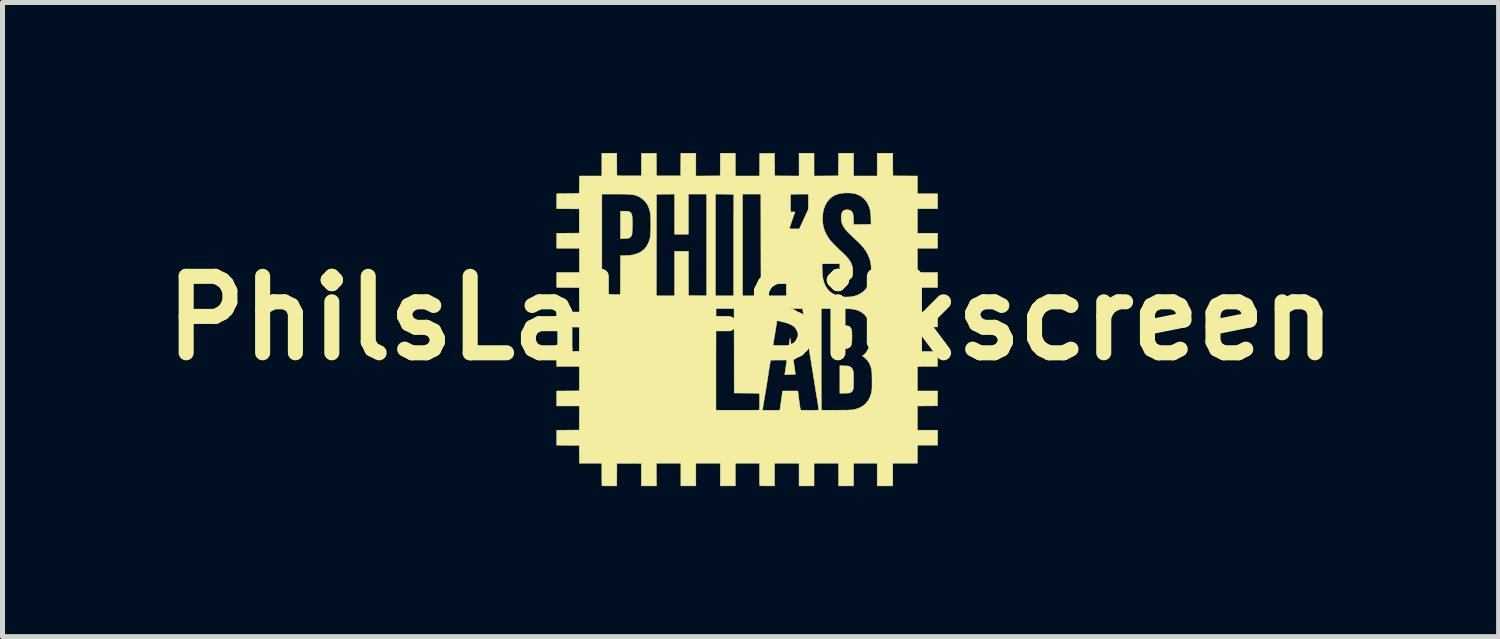
<source format=kicad_pcb>
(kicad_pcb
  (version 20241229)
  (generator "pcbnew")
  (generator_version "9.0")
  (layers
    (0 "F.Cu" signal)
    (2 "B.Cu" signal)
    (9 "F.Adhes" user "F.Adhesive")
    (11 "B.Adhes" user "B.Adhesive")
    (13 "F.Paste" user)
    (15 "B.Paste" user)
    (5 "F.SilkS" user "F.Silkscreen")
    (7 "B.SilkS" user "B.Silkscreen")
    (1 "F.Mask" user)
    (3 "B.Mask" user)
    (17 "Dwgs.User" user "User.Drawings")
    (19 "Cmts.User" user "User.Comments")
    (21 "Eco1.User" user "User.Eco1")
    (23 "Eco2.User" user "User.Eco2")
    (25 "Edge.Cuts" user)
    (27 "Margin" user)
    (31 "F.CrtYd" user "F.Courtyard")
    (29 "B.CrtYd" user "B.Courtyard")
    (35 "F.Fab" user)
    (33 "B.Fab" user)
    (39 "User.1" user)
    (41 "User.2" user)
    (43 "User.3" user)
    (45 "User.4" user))
  (footprint "PhilsLab-Silkscreen"
    (layer "F.Cu")
    (at 11.909 3.292)
    (property "Reference" "PhilsLab-Silkscreen" (at 0 0 0) (layer "F.SilkS") (effects (font (size 1.524 1.524) (thickness 0.3))))
    (attr through_hole)
    (fp_poly (pts (xy 1.866 0.15) (xy 1.906 0.151) (xy 1.936 0.154) (xy 1.957 0.159) (xy 1.973 0.167) (xy 1.985 0.179) (xy 1.996 0.196) (xy 2.003 0.208) (xy 2.008 0.22) (xy 2.013 0.231) (xy 2.015 0.244) (xy 2.017 0.261) (xy 2.019 0.283) (xy 2.02 0.314) (xy 2.021 0.355) (xy 2.021 0.413) (xy 2.019 0.46) (xy 2.016 0.497) (xy 2.009 0.527) (xy 2 0.55) (xy 1.987 0.568) (xy 1.97 0.581) (xy 1.953 0.591) (xy 1.938 0.597) (xy 1.921 0.601) (xy 1.9 0.604) (xy 1.871 0.606) (xy 1.853 0.607) (xy 1.78 0.609) (xy 1.78 0.148) (xy 1.866 0.15)) (stroke (width 0.01) (type solid)) (fill yes) (layer "F.SilkS"))
    (fp_poly (pts (xy -2.477 -2.132) (xy -2.447 -2.13) (xy -2.424 -2.125) (xy -2.407 -2.116) (xy -2.393 -2.104) (xy -2.386 -2.097) (xy -2.378 -2.085) (xy -2.371 -2.072) (xy -2.366 -2.055) (xy -2.362 -2.034) (xy -2.359 -2.007) (xy -2.358 -1.973) (xy -2.357 -1.93) (xy -2.357 -1.876) (xy -2.357 -1.842) (xy -2.358 -1.791) (xy -2.359 -1.752) (xy -2.36 -1.721) (xy -2.361 -1.698) (xy -2.362 -1.682) (xy -2.364 -1.669) (xy -2.367 -1.66) (xy -2.371 -1.652) (xy -2.375 -1.644) (xy -2.388 -1.624) (xy -2.401 -1.61) (xy -2.419 -1.6) (xy -2.443 -1.594) (xy -2.474 -1.59) (xy -2.513 -1.589) (xy -2.592 -1.586) (xy -2.592 -2.133) (xy -2.517 -2.133) (xy -2.477 -2.132)) (stroke (width 0.01) (type solid)) (fill yes) (layer "F.SilkS"))
    (fp_poly (pts (xy 1.868 0.95) (xy 1.903 0.951) (xy 1.929 0.952) (xy 1.947 0.954) (xy 1.961 0.957) (xy 1.972 0.962) (xy 1.985 0.969) (xy 1.987 0.97) (xy 2.007 0.984) (xy 2.021 1) (xy 2.033 1.022) (xy 2.038 1.033) (xy 2.042 1.043) (xy 2.045 1.053) (xy 2.047 1.066) (xy 2.048 1.084) (xy 2.049 1.107) (xy 2.05 1.137) (xy 2.051 1.177) (xy 2.051 1.225) (xy 2.051 1.282) (xy 2.051 1.329) (xy 2.05 1.366) (xy 2.048 1.395) (xy 2.044 1.418) (xy 2.038 1.435) (xy 2.031 1.448) (xy 2.021 1.459) (xy 2.009 1.469) (xy 2.004 1.473) (xy 1.994 1.48) (xy 1.984 1.485) (xy 1.974 1.488) (xy 1.96 1.49) (xy 1.94 1.492) (xy 1.912 1.493) (xy 1.878 1.494) (xy 1.78 1.496) (xy 1.78 0.947) (xy 1.868 0.95)) (stroke (width 0.01) (type solid)) (fill yes) (layer "F.SilkS"))
    (fp_poly (pts (xy 0.79 0.409) (xy 0.793 0.425) (xy 0.797 0.45) (xy 0.802 0.482) (xy 0.808 0.518) (xy 0.808 0.522) (xy 0.813 0.557) (xy 0.82 0.602) (xy 0.827 0.655) (xy 0.835 0.712) (xy 0.844 0.772) (xy 0.853 0.832) (xy 0.859 0.874) (xy 0.867 0.927) (xy 0.874 0.976) (xy 0.88 1.019) (xy 0.885 1.056) (xy 0.889 1.085) (xy 0.892 1.105) (xy 0.893 1.114) (xy 0.893 1.115) (xy 0.89 1.118) (xy 0.88 1.12) (xy 0.862 1.121) (xy 0.834 1.122) (xy 0.795 1.122) (xy 0.787 1.122) (xy 0.681 1.122) (xy 0.684 1.108) (xy 0.685 1.1) (xy 0.688 1.08) (xy 0.693 1.05) (xy 0.698 1.012) (xy 0.705 0.966) (xy 0.712 0.913) (xy 0.721 0.855) (xy 0.729 0.793) (xy 0.736 0.749) (xy 0.745 0.685) (xy 0.753 0.625) (xy 0.761 0.57) (xy 0.769 0.521) (xy 0.775 0.479) (xy 0.78 0.445) (xy 0.784 0.42) (xy 0.787 0.406) (xy 0.788 0.403) (xy 0.79 0.409)) (stroke (width 0.01) (type solid)) (fill yes) (layer "F.SilkS"))
    (fp_poly (pts (xy 0.479 -3.062) (xy 0.481 -2.837) (xy 0.967 -2.834) (xy 0.967 -3.287) (xy 1.265 -3.287) (xy 1.265 -2.834) (xy 1.752 -2.837) (xy 1.753 -3.062) (xy 1.755 -3.287) (xy 2.053 -3.287) (xy 2.053 -2.834) (xy 2.524 -2.834) (xy 2.524 -3.287) (xy 2.834 -3.287) (xy 2.835 -3.062) (xy 2.837 -2.837) (xy 3.324 -2.834) (xy 3.324 -2.48) (xy 3.727 -2.48) (xy 3.727 -2.183) (xy 3.324 -2.183) (xy 3.324 -1.693) (xy 3.727 -1.693) (xy 3.727 -1.395) (xy 3.324 -1.395) (xy 3.324 -0.912) (xy 3.727 -0.912) (xy 3.727 -0.614) (xy 3.324 -0.614) (xy 3.324 -0.124) (xy 3.727 -0.124) (xy 3.727 0.174) (xy 3.324 0.174) (xy 3.324 0.664) (xy 3.727 0.664) (xy 3.725 0.811) (xy 3.724 0.958) (xy 3.324 0.961) (xy 3.324 1.451) (xy 3.727 1.451) (xy 3.725 1.598) (xy 3.724 1.746) (xy 3.324 1.749) (xy 3.324 2.232) (xy 3.727 2.232) (xy 3.727 2.53) (xy 3.324 2.53) (xy 3.324 2.89) (xy 2.834 2.89) (xy 2.834 3.342) (xy 2.524 3.342) (xy 2.524 2.89) (xy 2.053 2.89) (xy 2.053 3.342) (xy 1.755 3.342) (xy 1.755 2.89) (xy 1.265 2.89) (xy 1.265 3.342) (xy 0.967 3.342) (xy 0.967 2.89) (xy 0.477 2.89) (xy 0.477 3.342) (xy 0.332 3.342) (xy 0.286 3.342) (xy 0.25 3.342) (xy 0.224 3.341) (xy 0.206 3.34) (xy 0.194 3.339) (xy 0.188 3.337) (xy 0.184 3.334) (xy 0.183 3.332) (xy 0.182 3.323) (xy 0.182 3.304) (xy 0.181 3.275) (xy 0.18 3.239) (xy 0.18 3.196) (xy 0.18 3.149) (xy 0.18 3.12) (xy 0.18 3.07) (xy 0.18 3.024) (xy 0.18 2.984) (xy 0.18 2.949) (xy 0.18 2.924) (xy 0.18 2.908) (xy 0.18 2.904) (xy 0.18 2.89) (xy -0.304 2.89) (xy -0.304 3.342) (xy -0.602 3.342) (xy -0.602 2.89) (xy -1.091 2.89) (xy -1.091 3.342) (xy -1.389 3.342) (xy -1.389 2.89) (xy -1.879 2.89) (xy -1.878 3.116) (xy -1.876 3.342) (xy -2.026 3.342) (xy -2.176 3.342) (xy -2.176 3.118) (xy -2.176 2.893) (xy -2.42 2.891) (xy -2.482 2.891) (xy -2.532 2.891) (xy -2.572 2.891) (xy -2.604 2.891) (xy -2.627 2.891) (xy -2.643 2.892) (xy -2.654 2.893) (xy -2.661 2.895) (xy -2.664 2.897) (xy -2.665 2.9) (xy -2.665 2.901) (xy -2.665 2.909) (xy -2.665 2.929) (xy -2.665 2.958) (xy -2.665 2.994) (xy -2.665 3.037) (xy -2.665 3.085) (xy -2.666 3.127) (xy -2.667 3.342) (xy -2.811 3.342) (xy -2.852 3.342) (xy -2.889 3.342) (xy -2.92 3.341) (xy -2.944 3.34) (xy -2.957 3.339) (xy -2.96 3.338) (xy -2.961 3.331) (xy -2.962 3.313) (xy -2.963 3.286) (xy -2.963 3.25) (xy -2.964 3.208) (xy -2.964 3.16) (xy -2.964 3.112) (xy -2.964 2.89) (xy -3.41 2.89) (xy -3.412 2.711) (xy -3.414 2.533) (xy -3.639 2.532) (xy -3.863 2.53) (xy -3.863 2.233) (xy -3.639 2.231) (xy -3.414 2.229) (xy -3.412 1.989) (xy -3.411 1.836) (xy 0.235 1.836) (xy 0.582 1.836) (xy 0.586 1.815) (xy 0.588 1.804) (xy 0.591 1.782) (xy 0.596 1.751) (xy 0.601 1.715) (xy 0.607 1.674) (xy 0.611 1.646) (xy 0.617 1.603) (xy 0.623 1.563) (xy 0.628 1.528) (xy 0.632 1.5) (xy 0.635 1.481) (xy 0.636 1.474) (xy 0.64 1.451) (xy 0.941 1.451) (xy 0.948 1.496) (xy 0.953 1.53) (xy 0.957 1.562) (xy 0.961 1.589) (xy 0.962 1.609) (xy 0.962 1.612) (xy 0.963 1.622) (xy 0.966 1.641) (xy 0.97 1.668) (xy 0.974 1.698) (xy 0.979 1.73) (xy 0.984 1.762) (xy 0.988 1.79) (xy 0.992 1.812) (xy 0.995 1.825) (xy 0.995 1.828) (xy 0.999 1.83) (xy 1.009 1.832) (xy 1.026 1.833) (xy 1.052 1.834) (xy 1.087 1.835) (xy 1.132 1.835) (xy 1.178 1.836) (xy 1.224 1.835) (xy 1.265 1.835) (xy 1.301 1.834) (xy 1.33 1.833) (xy 1.35 1.832) (xy 1.36 1.831) (xy 1.36 1.831) (xy 1.36 1.824) (xy 1.358 1.806) (xy 1.354 1.779) (xy 1.349 1.745) (xy 1.343 1.704) (xy 1.335 1.659) (xy 1.333 1.644) (xy 1.323 1.585) (xy 1.312 1.519) (xy 1.301 1.448) (xy 1.29 1.379) (xy 1.28 1.314) (xy 1.274 1.278) (xy 1.268 1.24) (xy 1.26 1.192) (xy 1.251 1.134) (xy 1.241 1.069) (xy 1.229 0.998) (xy 1.217 0.922) (xy 1.204 0.844) (xy 1.2 0.818) (xy 1.408 0.818) (xy 1.408 0.928) (xy 1.408 1.036) (xy 1.408 1.14) (xy 1.408 1.239) (xy 1.408 1.332) (xy 1.409 1.42) (xy 1.409 1.501) (xy 1.409 1.575) (xy 1.41 1.64) (xy 1.41 1.698) (xy 1.41 1.746) (xy 1.411 1.784) (xy 1.411 1.811) (xy 1.412 1.827) (xy 1.412 1.832) (xy 1.419 1.833) (xy 1.437 1.834) (xy 1.466 1.834) (xy 1.502 1.834) (xy 1.547 1.835) (xy 1.598 1.835) (xy 1.654 1.834) (xy 1.713 1.834) (xy 1.721 1.834) (xy 1.793 1.833) (xy 1.854 1.832) (xy 1.905 1.832) (xy 1.947 1.831) (xy 1.981 1.829) (xy 2.008 1.828) (xy 2.029 1.827) (xy 2.046 1.825) (xy 2.06 1.823) (xy 2.068 1.821) (xy 2.143 1.798) (xy 2.209 1.768) (xy 2.266 1.73) (xy 2.313 1.684) (xy 2.353 1.629) (xy 2.384 1.564) (xy 2.405 1.501) (xy 2.409 1.484) (xy 2.413 1.468) (xy 2.416 1.452) (xy 2.418 1.435) (xy 2.419 1.414) (xy 2.42 1.388) (xy 2.421 1.355) (xy 2.421 1.313) (xy 2.421 1.261) (xy 2.421 1.259) (xy 2.421 1.196) (xy 2.42 1.144) (xy 2.419 1.1) (xy 2.416 1.064) (xy 2.412 1.033) (xy 2.407 1.005) (xy 2.4 0.979) (xy 2.392 0.953) (xy 2.387 0.94) (xy 2.368 0.899) (xy 2.343 0.859) (xy 2.314 0.822) (xy 2.283 0.791) (xy 2.253 0.768) (xy 2.249 0.766) (xy 2.228 0.755) (xy 2.259 0.729) (xy 2.298 0.69) (xy 2.331 0.641) (xy 2.358 0.584) (xy 2.377 0.521) (xy 2.379 0.512) (xy 2.386 0.464) (xy 2.391 0.409) (xy 2.392 0.348) (xy 2.392 0.286) (xy 2.388 0.225) (xy 2.382 0.169) (xy 2.374 0.121) (xy 2.371 0.109) (xy 2.349 0.043) (xy 2.317 -0.016) (xy 2.277 -0.066) (xy 2.229 -0.108) (xy 2.182 -0.136) (xy 2.157 -0.148) (xy 2.133 -0.158) (xy 2.109 -0.166) (xy 2.084 -0.173) (xy 2.057 -0.179) (xy 2.025 -0.183) (xy 1.989 -0.186) (xy 1.946 -0.189) (xy 1.896 -0.19) (xy 1.838 -0.191) (xy 1.769 -0.192) (xy 1.689 -0.192) (xy 1.688 -0.192) (xy 1.408 -0.192) (xy 1.408 0.818) (xy 1.2 0.818) (xy 1.191 0.764) (xy 1.178 0.684) (xy 1.172 0.648) (xy 1.159 0.573) (xy 1.147 0.501) (xy 1.136 0.432) (xy 1.125 0.367) (xy 1.115 0.308) (xy 1.107 0.256) (xy 1.1 0.212) (xy 1.094 0.176) (xy 1.09 0.151) (xy 1.088 0.14) (xy 1.08 0.089) (xy 1.072 0.037) (xy 1.065 -0.012) (xy 1.057 -0.059) (xy 1.051 -0.1) (xy 1.045 -0.135) (xy 1.041 -0.161) (xy 1.038 -0.175) (xy 1.035 -0.192) (xy 0.57 -0.192) (xy 0.565 -0.178) (xy 0.562 -0.165) (xy 0.558 -0.144) (xy 0.556 -0.127) (xy 0.554 -0.116) (xy 0.551 -0.093) (xy 0.545 -0.06) (xy 0.539 -0.017) (xy 0.53 0.034) (xy 0.521 0.093) (xy 0.51 0.159) (xy 0.498 0.231) (xy 0.486 0.307) (xy 0.472 0.388) (xy 0.458 0.473) (xy 0.453 0.505) (xy 0.439 0.59) (xy 0.425 0.672) (xy 0.412 0.75) (xy 0.4 0.823) (xy 0.389 0.89) (xy 0.379 0.95) (xy 0.371 1.003) (xy 0.363 1.048) (xy 0.358 1.083) (xy 0.354 1.109) (xy 0.351 1.123) (xy 0.351 1.126) (xy 0.349 1.144) (xy 0.345 1.17) (xy 0.341 1.196) (xy 0.339 1.211) (xy 0.335 1.237) (xy 0.329 1.271) (xy 0.323 1.312) (xy 0.315 1.359) (xy 0.307 1.41) (xy 0.298 1.463) (xy 0.289 1.518) (xy 0.28 1.573) (xy 0.271 1.625) (xy 0.263 1.675) (xy 0.255 1.719) (xy 0.249 1.757) (xy 0.244 1.788) (xy 0.24 1.809) (xy 0.238 1.818) (xy 0.235 1.836) (xy -3.411 1.836) (xy -3.41 1.749) (xy -3.863 1.749) (xy -3.863 1.451) (xy -3.639 1.45) (xy -3.414 1.448) (xy -3.413 1.402) (xy -0.69 1.402) (xy -0.69 1.483) (xy -0.69 1.557) (xy -0.69 1.623) (xy -0.69 1.681) (xy -0.69 1.729) (xy -0.69 1.767) (xy -0.69 1.795) (xy -0.689 1.811) (xy -0.689 1.815) (xy -0.687 1.835) (xy -0.257 1.835) (xy -0.162 1.835) (xy -0.079 1.835) (xy -0.009 1.835) (xy 0.05 1.834) (xy 0.098 1.834) (xy 0.134 1.833) (xy 0.159 1.832) (xy 0.173 1.83) (xy 0.177 1.829) (xy 0.178 1.821) (xy 0.179 1.801) (xy 0.18 1.769) (xy 0.18 1.725) (xy 0.18 1.671) (xy 0.18 1.606) (xy 0.18 1.531) (xy 0.18 1.505) (xy 0.179 1.503) (xy 0.176 1.501) (xy 0.17 1.499) (xy 0.16 1.497) (xy 0.144 1.496) (xy 0.122 1.495) (xy 0.092 1.495) (xy 0.053 1.494) (xy 0.005 1.494) (xy -0.055 1.493) (xy -0.073 1.493) (xy -0.326 1.491) (xy -0.327 0.65) (xy -0.329 -0.192) (xy -0.688 -0.192) (xy -0.69 0.802) (xy -0.69 0.912) (xy -0.69 1.019) (xy -0.69 1.122) (xy -0.69 1.221) (xy -0.69 1.315) (xy -0.69 1.402) (xy -3.413 1.402) (xy -3.411 0.961) (xy -3.863 0.961) (xy -3.863 0.664) (xy -3.639 0.662) (xy -3.414 0.66) (xy -3.414 0.177) (xy -3.639 0.175) (xy -3.863 0.173) (xy -3.863 -0.124) (xy -3.411 -0.124) (xy -3.413 -0.446) (xy -2.964 -0.446) (xy -2.943 -0.446) (xy -1.879 -0.446) (xy -1.513 -0.446) (xy -1.513 -1.333) (xy -1.24 -1.333) (xy -1.239 -0.891) (xy -1.237 -0.45) (xy -1.056 -0.448) (xy -0.874 -0.446) (xy -0.874 -0.446) (xy -0.701 -0.446) (xy -0.335 -0.446) (xy -0.335 -1.454) (xy -0.335 -1.565) (xy -0.335 -1.673) (xy -0.335 -1.776) (xy -0.335 -1.875) (xy -0.335 -1.968) (xy -0.335 -2.056) (xy -0.334 -2.137) (xy -0.334 -2.21) (xy -0.334 -2.276) (xy -0.334 -2.333) (xy -0.334 -2.381) (xy -0.334 -2.419) (xy -0.334 -2.446) (xy -0.333 -2.462) (xy -0.333 -2.467) (xy -0.339 -2.468) (xy -0.355 -2.469) (xy -0.381 -2.47) (xy -0.415 -2.471) (xy -0.455 -2.472) (xy -0.5 -2.473) (xy -0.516 -2.473) (xy -0.68 -2.474) (xy -0.161 -2.474) (xy -0.161 -0.446) (xy 0.713 -0.446) (xy 0.713 -0.787) (xy 0.46 -0.789) (xy 0.208 -0.791) (xy 0.207 -1.085) (xy 1.426 -1.085) (xy 1.426 -1.002) (xy 1.429 -0.915) (xy 1.435 -0.837) (xy 1.447 -0.769) (xy 1.465 -0.708) (xy 1.488 -0.653) (xy 1.517 -0.602) (xy 1.533 -0.581) (xy 1.572 -0.537) (xy 1.622 -0.499) (xy 1.678 -0.467) (xy 1.74 -0.443) (xy 1.803 -0.428) (xy 1.839 -0.424) (xy 1.884 -0.422) (xy 1.933 -0.423) (xy 1.981 -0.425) (xy 2.024 -0.43) (xy 2.046 -0.434) (xy 2.118 -0.454) (xy 2.183 -0.485) (xy 2.241 -0.524) (xy 2.29 -0.572) (xy 2.331 -0.629) (xy 2.346 -0.657) (xy 2.365 -0.698) (xy 2.379 -0.735) (xy 2.389 -0.772) (xy 2.396 -0.812) (xy 2.401 -0.857) (xy 2.404 -0.912) (xy 2.404 -0.924) (xy 2.405 -0.985) (xy 2.403 -1.038) (xy 2.398 -1.085) (xy 2.39 -1.129) (xy 2.377 -1.174) (xy 2.374 -1.184) (xy 2.345 -1.257) (xy 2.305 -1.33) (xy 2.256 -1.401) (xy 2.199 -1.467) (xy 2.163 -1.504) (xy 2.145 -1.52) (xy 2.121 -1.543) (xy 2.092 -1.57) (xy 2.062 -1.599) (xy 2.037 -1.622) (xy 2 -1.657) (xy 1.97 -1.685) (xy 1.947 -1.708) (xy 1.928 -1.728) (xy 1.912 -1.746) (xy 1.898 -1.763) (xy 1.883 -1.781) (xy 1.881 -1.785) (xy 1.845 -1.84) (xy 1.821 -1.897) (xy 1.808 -1.956) (xy 1.806 -2.018) (xy 1.811 -2.065) (xy 1.822 -2.102) (xy 1.839 -2.129) (xy 1.863 -2.148) (xy 1.889 -2.158) (xy 1.923 -2.162) (xy 1.956 -2.158) (xy 1.987 -2.148) (xy 2.011 -2.133) (xy 2.02 -2.122) (xy 2.03 -2.106) (xy 2.038 -2.088) (xy 2.043 -2.067) (xy 2.047 -2.04) (xy 2.049 -2.004) (xy 2.051 -1.964) (xy 2.054 -1.866) (xy 2.228 -1.868) (xy 2.401 -1.87) (xy 2.4 -1.971) (xy 2.398 -2.037) (xy 2.394 -2.093) (xy 2.387 -2.141) (xy 2.376 -2.186) (xy 2.361 -2.228) (xy 2.359 -2.232) (xy 2.328 -2.297) (xy 2.29 -2.352) (xy 2.246 -2.398) (xy 2.195 -2.435) (xy 2.169 -2.448) (xy 2.132 -2.466) (xy 2.098 -2.478) (xy 2.063 -2.487) (xy 2.023 -2.493) (xy 1.976 -2.496) (xy 1.959 -2.497) (xy 1.873 -2.497) (xy 1.795 -2.488) (xy 1.726 -2.471) (xy 1.664 -2.444) (xy 1.609 -2.409) (xy 1.561 -2.363) (xy 1.519 -2.309) (xy 1.487 -2.251) (xy 1.462 -2.186) (xy 1.445 -2.114) (xy 1.436 -2.038) (xy 1.434 -1.96) (xy 1.441 -1.883) (xy 1.455 -1.808) (xy 1.467 -1.769) (xy 1.484 -1.725) (xy 1.508 -1.676) (xy 1.536 -1.627) (xy 1.566 -1.58) (xy 1.577 -1.566) (xy 1.597 -1.54) (xy 1.626 -1.508) (xy 1.662 -1.47) (xy 1.704 -1.428) (xy 1.75 -1.383) (xy 1.799 -1.336) (xy 1.833 -1.305) (xy 1.883 -1.257) (xy 1.923 -1.214) (xy 1.956 -1.174) (xy 1.982 -1.137) (xy 1.999 -1.107) (xy 2.015 -1.069) (xy 2.027 -1.034) (xy 2.033 -0.997) (xy 2.036 -0.954) (xy 2.037 -0.924) (xy 2.035 -0.882) (xy 2.031 -0.85) (xy 2.022 -0.824) (xy 2.009 -0.804) (xy 1.99 -0.786) (xy 1.986 -0.783) (xy 1.974 -0.775) (xy 1.963 -0.77) (xy 1.948 -0.767) (xy 1.926 -0.766) (xy 1.91 -0.766) (xy 1.883 -0.766) (xy 1.865 -0.768) (xy 1.852 -0.771) (xy 1.841 -0.778) (xy 1.833 -0.783) (xy 1.817 -0.797) (xy 1.805 -0.81) (xy 1.796 -0.827) (xy 1.79 -0.847) (xy 1.785 -0.873) (xy 1.783 -0.908) (xy 1.781 -0.952) (xy 1.781 -0.969) (xy 1.779 -1.085) (xy 1.426 -1.085) (xy 0.207 -1.085) (xy 0.206 -1.632) (xy 0.206 -1.785) (xy 0.773 -1.785) (xy 0.773 -1.785) (xy 0.78 -1.783) (xy 0.797 -1.782) (xy 0.822 -1.78) (xy 0.853 -1.78) (xy 0.874 -1.78) (xy 0.972 -1.78) (xy 1.001 -1.843) (xy 1.014 -1.871) (xy 1.031 -1.907) (xy 1.049 -1.947) (xy 1.067 -1.987) (xy 1.077 -2.009) (xy 1.093 -2.044) (xy 1.109 -2.078) (xy 1.122 -2.107) (xy 1.133 -2.129) (xy 1.138 -2.141) (xy 1.143 -2.15) (xy 1.147 -2.159) (xy 1.149 -2.17) (xy 1.151 -2.184) (xy 1.152 -2.202) (xy 1.153 -2.227) (xy 1.153 -2.261) (xy 1.153 -2.304) (xy 1.153 -2.322) (xy 1.153 -2.474) (xy 0.975 -2.473) (xy 0.797 -2.471) (xy 0.795 -2.298) (xy 0.795 -2.249) (xy 0.795 -2.206) (xy 0.796 -2.171) (xy 0.797 -2.144) (xy 0.798 -2.127) (xy 0.799 -2.121) (xy 0.808 -2.119) (xy 0.825 -2.118) (xy 0.846 -2.118) (xy 0.867 -2.118) (xy 0.881 -2.117) (xy 0.887 -2.117) (xy 0.885 -2.111) (xy 0.88 -2.098) (xy 0.88 -2.098) (xy 0.871 -2.075) (xy 0.86 -2.046) (xy 0.848 -2.012) (xy 0.835 -1.975) (xy 0.822 -1.937) (xy 0.809 -1.899) (xy 0.797 -1.864) (xy 0.787 -1.833) (xy 0.779 -1.809) (xy 0.774 -1.792) (xy 0.773 -1.785) (xy 0.206 -1.785) (xy 0.205 -2.474) (xy -0.161 -2.474) (xy -0.68 -2.474) (xy -0.701 -2.474) (xy -0.701 -0.446) (xy -0.874 -0.446) (xy -0.874 -2.474) (xy -1.24 -2.474) (xy -1.24 -1.674) (xy -1.513 -1.674) (xy -1.513 -2.474) (xy -1.876 -2.471) (xy -1.877 -1.459) (xy -1.879 -0.446) (xy -2.943 -0.446) (xy -2.78 -0.448) (xy -2.595 -0.45) (xy -2.594 -0.848) (xy -2.592 -1.246) (xy -2.528 -1.247) (xy -2.436 -1.25) (xy -2.353 -1.261) (xy -2.279 -1.28) (xy -2.215 -1.306) (xy -2.159 -1.34) (xy -2.111 -1.383) (xy -2.071 -1.434) (xy -2.039 -1.493) (xy -2.03 -1.514) (xy -2.019 -1.543) (xy -2.01 -1.571) (xy -2.003 -1.601) (xy -1.997 -1.634) (xy -1.994 -1.671) (xy -1.991 -1.715) (xy -1.989 -1.766) (xy -1.989 -1.828) (xy -1.988 -1.857) (xy -1.989 -1.921) (xy -1.989 -1.975) (xy -1.991 -2.02) (xy -1.993 -2.058) (xy -1.997 -2.09) (xy -2.003 -2.12) (xy -2.01 -2.148) (xy -2.018 -2.176) (xy -2.025 -2.195) (xy -2.043 -2.24) (xy -2.065 -2.278) (xy -2.091 -2.314) (xy -2.115 -2.341) (xy -2.161 -2.383) (xy -2.209 -2.415) (xy -2.263 -2.44) (xy -2.268 -2.441) (xy -2.29 -2.449) (xy -2.312 -2.455) (xy -2.335 -2.46) (xy -2.362 -2.464) (xy -2.392 -2.468) (xy -2.428 -2.47) (xy -2.471 -2.472) (xy -2.521 -2.473) (xy -2.581 -2.474) (xy -2.651 -2.474) (xy -2.696 -2.474) (xy -2.964 -2.474) (xy -2.964 -0.446) (xy -3.413 -0.446) (xy -3.414 -0.611) (xy -3.639 -0.612) (xy -3.863 -0.614) (xy -3.863 -0.912) (xy -3.411 -0.912) (xy -3.411 -1.395) (xy -3.863 -1.395) (xy -3.863 -1.693) (xy -3.639 -1.694) (xy -3.414 -1.696) (xy -3.414 -2.18) (xy -3.639 -2.181) (xy -3.863 -2.183) (xy -3.863 -2.48) (xy -3.639 -2.482) (xy -3.414 -2.484) (xy -3.412 -2.659) (xy -3.41 -2.834) (xy -2.964 -2.834) (xy -2.964 -3.287) (xy -2.667 -3.287) (xy -2.666 -3.074) (xy -2.665 -3.024) (xy -2.665 -2.977) (xy -2.665 -2.935) (xy -2.665 -2.9) (xy -2.664 -2.872) (xy -2.664 -2.855) (xy -2.664 -2.849) (xy -2.664 -2.846) (xy -2.662 -2.844) (xy -2.657 -2.842) (xy -2.65 -2.84) (xy -2.637 -2.839) (xy -2.618 -2.838) (xy -2.593 -2.838) (xy -2.559 -2.837) (xy -2.515 -2.837) (xy -2.462 -2.837) (xy -2.42 -2.837) (xy -2.176 -2.837) (xy -2.175 -3.06) (xy -2.174 -3.284) (xy -2.026 -3.285) (xy -1.879 -3.287) (xy -1.877 -3.062) (xy -1.876 -2.837) (xy -1.392 -2.837) (xy -1.391 -3.062) (xy -1.389 -3.287) (xy -1.091 -3.287) (xy -1.091 -2.834) (xy -0.605 -2.837) (xy -0.603 -3.062) (xy -0.601 -3.287) (xy -0.304 -3.287) (xy -0.304 -2.834) (xy 0.18 -2.834) (xy 0.181 -3.059) (xy 0.183 -3.284) (xy 0.477 -3.287) (xy 0.479 -3.062)) (stroke (width 0.01) (type solid)) (fill yes) (layer "F.SilkS")))
  (gr_rect
    (start -3 -3)
    (end 26.818 9.639)
    (stroke (width 0.1) (type default))
    (fill no)
    (layer "Edge.Cuts")))
</source>
